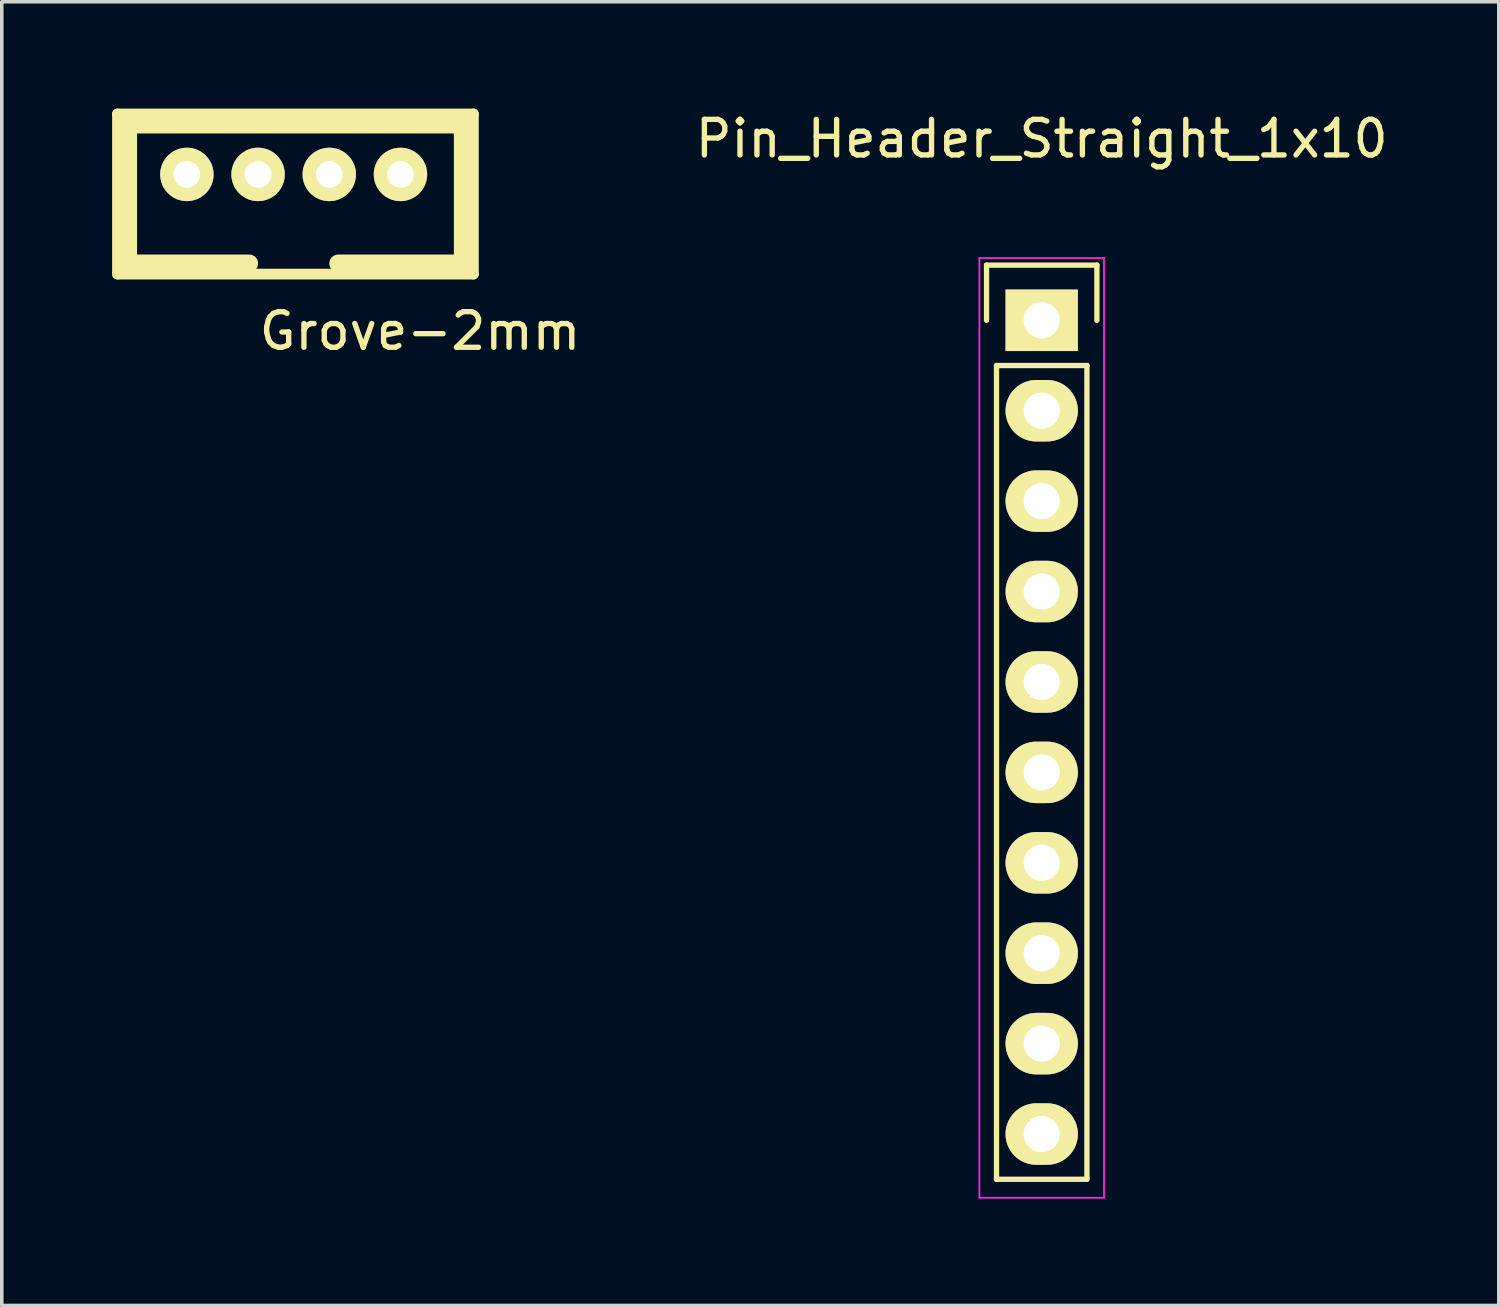
<source format=kicad_pcb>
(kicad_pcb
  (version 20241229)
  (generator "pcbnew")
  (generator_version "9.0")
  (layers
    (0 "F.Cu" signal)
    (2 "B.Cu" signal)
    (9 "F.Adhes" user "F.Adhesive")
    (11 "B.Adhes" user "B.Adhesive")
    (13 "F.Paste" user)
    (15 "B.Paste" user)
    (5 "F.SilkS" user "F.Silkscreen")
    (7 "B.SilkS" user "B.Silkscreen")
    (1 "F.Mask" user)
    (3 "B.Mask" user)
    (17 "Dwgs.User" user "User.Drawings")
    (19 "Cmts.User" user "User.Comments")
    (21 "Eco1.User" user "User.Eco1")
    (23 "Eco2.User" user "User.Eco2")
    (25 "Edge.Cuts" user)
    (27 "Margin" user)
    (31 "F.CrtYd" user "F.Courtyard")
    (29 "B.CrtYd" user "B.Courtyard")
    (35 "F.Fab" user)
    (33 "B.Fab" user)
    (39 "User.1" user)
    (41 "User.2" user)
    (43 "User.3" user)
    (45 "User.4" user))
  (footprint "Pin_Header_Straight_1x10"
    (layer "F.Cu")
    (at 26.214 5.948)
    (property "Reference" "Pin_Header_Straight_1x10" (at 0 -5.1 0) (layer "F.SilkS") (effects (font (size 1 1) (thickness 0.15))))
    (attr through_hole)
    (fp_line (start -1.55 -1.55) (end 1.55 -1.55) (stroke (width 0.15) (type solid)) (layer "F.SilkS"))
    (fp_line (start -1.55 0) (end -1.55 -1.55) (stroke (width 0.15) (type solid)) (layer "F.SilkS"))
    (fp_line (start -1.27 24.13) (end -1.27 1.27) (stroke (width 0.15) (type solid)) (layer "F.SilkS"))
    (fp_line (start 1.27 1.27) (end -1.27 1.27) (stroke (width 0.15) (type solid)) (layer "F.SilkS"))
    (fp_line (start 1.27 1.27) (end 1.27 24.13) (stroke (width 0.15) (type solid)) (layer "F.SilkS"))
    (fp_line (start 1.27 24.13) (end -1.27 24.13) (stroke (width 0.15) (type solid)) (layer "F.SilkS"))
    (fp_line (start 1.55 -1.55) (end 1.55 0) (stroke (width 0.15) (type solid)) (layer "F.SilkS"))
    (fp_line (start -1.75 -1.75) (end -1.75 24.65) (stroke (width 0.05) (type solid)) (layer "F.CrtYd"))
    (fp_line (start -1.75 -1.75) (end 1.75 -1.75) (stroke (width 0.05) (type solid)) (layer "F.CrtYd"))
    (fp_line (start -1.75 24.65) (end 1.75 24.65) (stroke (width 0.05) (type solid)) (layer "F.CrtYd"))
    (fp_line (start 1.75 -1.75) (end 1.75 24.65) (stroke (width 0.05) (type solid)) (layer "F.CrtYd"))
    (pad "1" thru_hole rect (at 0 0) (size 2.032 1.727) (drill 1.016) (layers "*.Cu" "*.Mask" "F.SilkS"))
    (pad "2" thru_hole oval (at 0 2.54) (size 2.032 1.727) (drill 1.016) (layers "*.Cu" "*.Mask" "F.SilkS"))
    (pad "3" thru_hole oval (at 0 5.08) (size 2.032 1.727) (drill 1.016) (layers "*.Cu" "*.Mask" "F.SilkS"))
    (pad "4" thru_hole oval (at 0 7.62) (size 2.032 1.727) (drill 1.016) (layers "*.Cu" "*.Mask" "F.SilkS"))
    (pad "5" thru_hole oval (at 0 10.16) (size 2.032 1.727) (drill 1.016) (layers "*.Cu" "*.Mask" "F.SilkS"))
    (pad "6" thru_hole oval (at 0 12.7) (size 2.032 1.727) (drill 1.016) (layers "*.Cu" "*.Mask" "F.SilkS"))
    (pad "7" thru_hole oval (at 0 15.24) (size 2.032 1.727) (drill 1.016) (layers "*.Cu" "*.Mask" "F.SilkS"))
    (pad "8" thru_hole oval (at 0 17.78) (size 2.032 1.727) (drill 1.016) (layers "*.Cu" "*.Mask" "F.SilkS"))
    (pad "9" thru_hole oval (at 0 20.32) (size 2.032 1.727) (drill 1.016) (layers "*.Cu" "*.Mask" "F.SilkS"))
    (pad "10" thru_hole oval (at 0 22.86) (size 2.032 1.727) (drill 1.016) (layers "*.Cu" "*.Mask" "F.SilkS")))
  (footprint "Grove-2mm"
    (layer "F.Cu")
    (at 0.25 4.65)
    (property "Reference" "Grove-2mm" (at 8.5 1.6 0) (layer "F.SilkS") (effects (font (size 1 1) (thickness 0.15))))
    (attr through_hole)
    (fp_line (start 0 -4.5) (end 10 -4.5) (stroke (width 0.3) (type solid)) (layer "F.SilkS"))
    (fp_line (start 0 0) (end 0 -4.5) (stroke (width 0.3) (type solid)) (layer "F.SilkS"))
    (fp_line (start 0.3 -4.2) (end 9.7 -4.2) (stroke (width 0.5) (type solid)) (layer "F.SilkS"))
    (fp_line (start 0.3 -0.3) (end 0.3 -4.2) (stroke (width 0.5) (type solid)) (layer "F.SilkS"))
    (fp_line (start 3.7 -0.3) (end 0.3 -0.3) (stroke (width 0.5) (type solid)) (layer "F.SilkS"))
    (fp_line (start 9.7 -4.2) (end 9.7 -0.3) (stroke (width 0.5) (type solid)) (layer "F.SilkS"))
    (fp_line (start 9.7 -0.3) (end 6.2 -0.3) (stroke (width 0.5) (type solid)) (layer "F.SilkS"))
    (fp_line (start 10 -4.5) (end 10 0) (stroke (width 0.3) (type solid)) (layer "F.SilkS"))
    (fp_line (start 10 0) (end 0 0) (stroke (width 0.3) (type solid)) (layer "F.SilkS"))
    (pad "1" thru_hole circle (at 1.95 -2.8) (size 1.5 1.5) (drill 0.75) (layers "*.Cu" "*.Mask" "F.SilkS"))
    (pad "2" thru_hole circle (at 3.95 -2.8) (size 1.5 1.5) (drill 0.75) (layers "*.Cu" "*.Mask" "F.SilkS"))
    (pad "3" thru_hole circle (at 5.95 -2.8) (size 1.5 1.5) (drill 0.75) (layers "*.Cu" "*.Mask" "F.SilkS"))
    (pad "4" thru_hole circle (at 7.95 -2.8) (size 1.5 1.5) (drill 0.75) (layers "*.Cu" "*.Mask" "F.SilkS")))
  (gr_rect
    (start -3 -3)
    (end 39.054 33.623)
    (stroke (width 0.1) (type default))
    (fill no)
    (layer "Edge.Cuts")))
</source>
